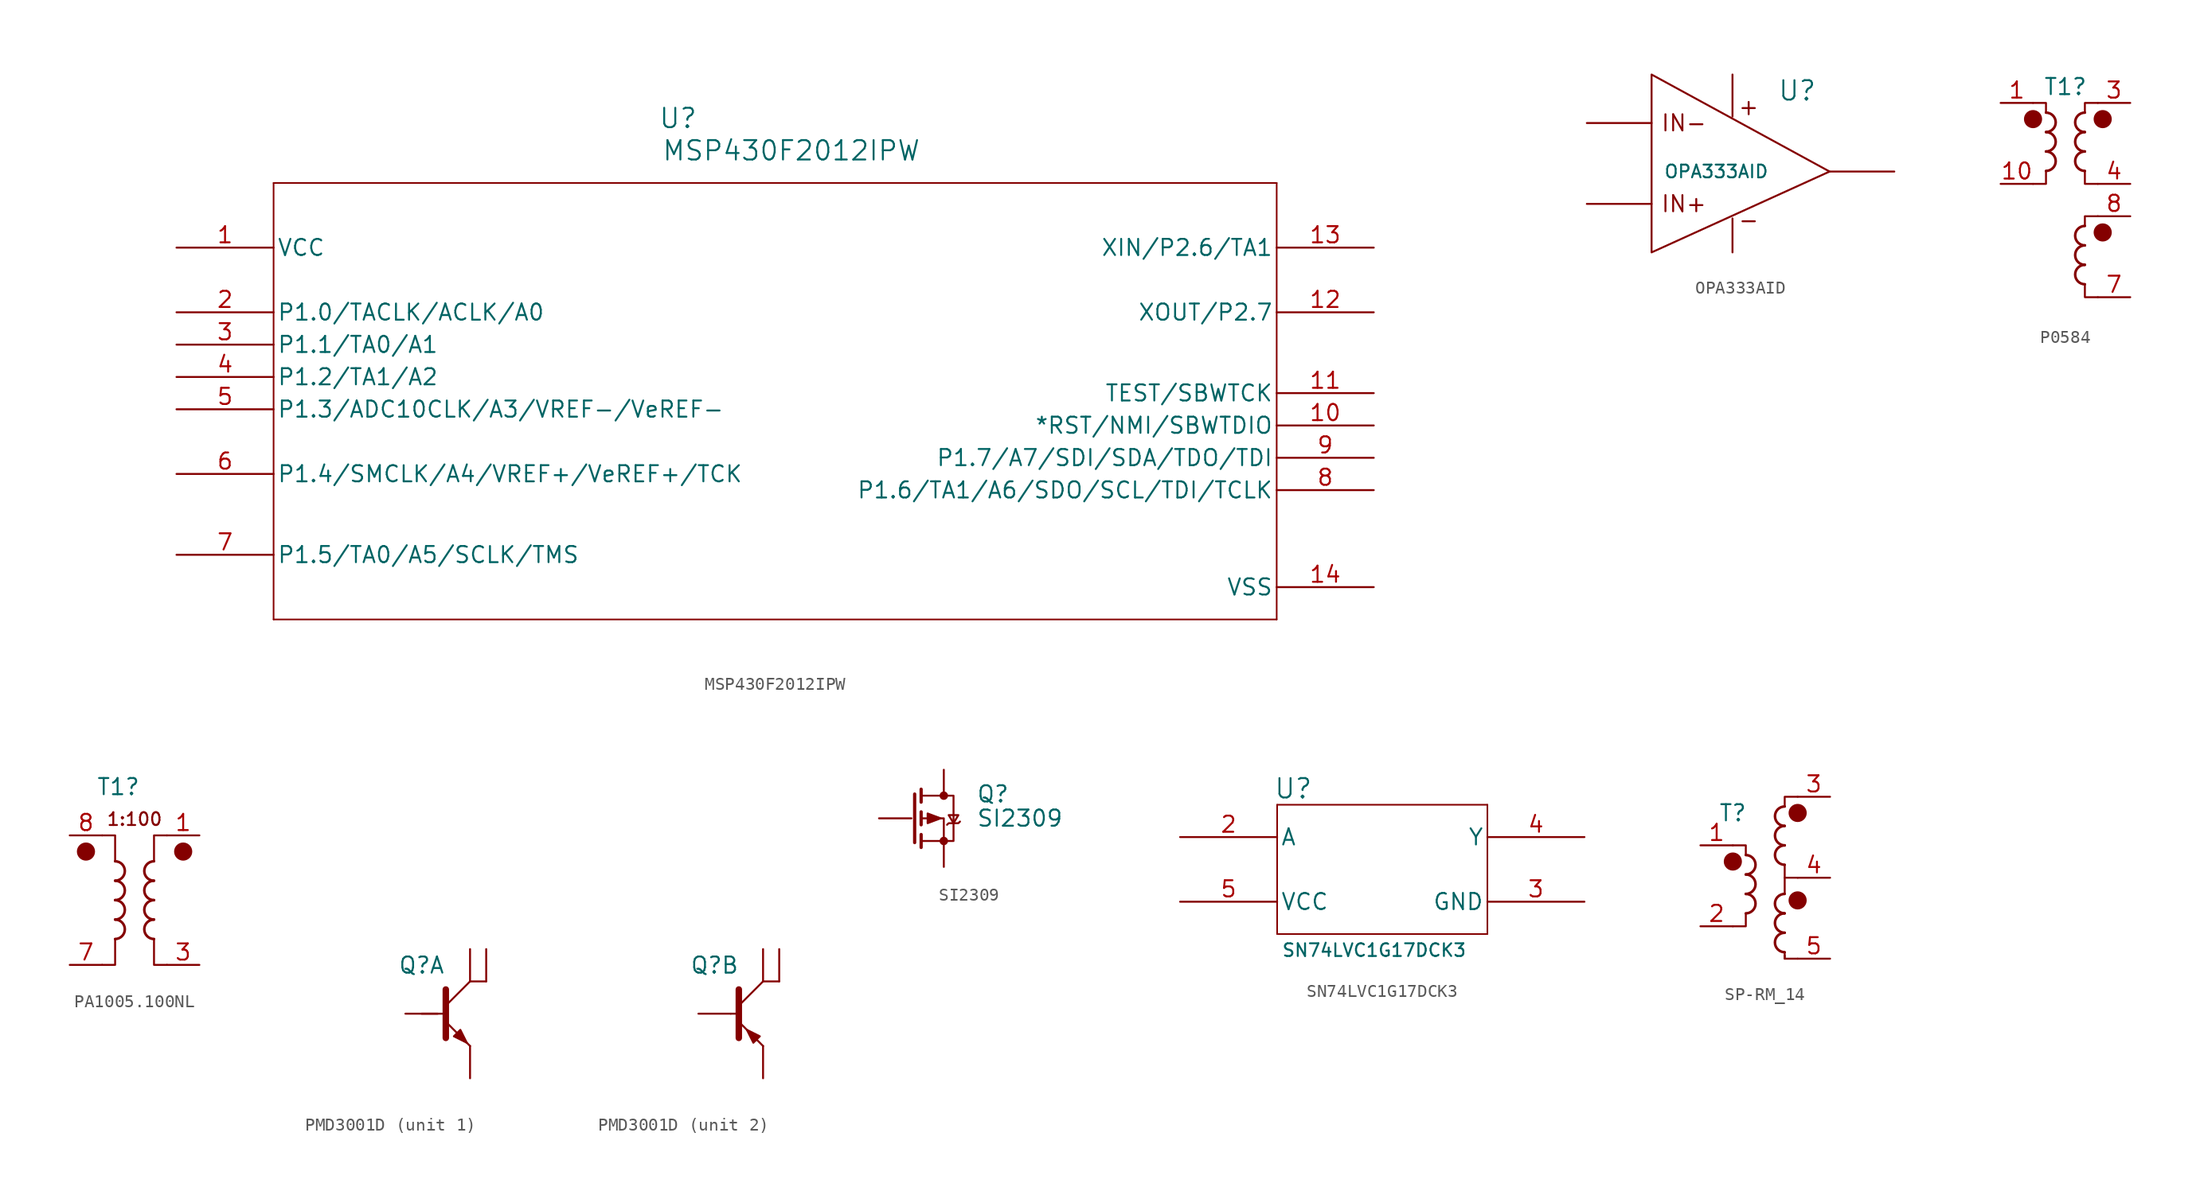
<source format=kicad_sym>
(kicad_symbol_lib
  (version 20220914)
  (generator kicad_symbol_editor)
  (symbol "MSP430F2012IPW"
    (pin_names
      (offset 0.254))
    (property "Reference" "U"
      (at 39.37 10.16 0)
      (effects (font (size 1.524 1.524))))
    (property "Value" "MSP430F2012IPW"
      (at 48.26 7.62 0)
      (effects (font (size 1.524 1.524))))
    (property "ki_locked" ""
      (at 0 0 0)
      (effects (font (size 1.27 1.27))))
    (symbol "MSP430F2012IPW_0_1"
      (polyline (pts (xy 7.62 -29.21) (xy 86.36 -29.21)) (stroke (width 0.127) (type default)) (fill (type none)))
      (polyline (pts (xy 7.62 5.08) (xy 7.62 -29.21)) (stroke (width 0.127) (type default)) (fill (type none)))
      (polyline (pts (xy 86.36 -29.21) (xy 86.36 5.08)) (stroke (width 0.127) (type default)) (fill (type none)))
      (polyline (pts (xy 86.36 5.08) (xy 7.62 5.08)) (stroke (width 0.127) (type default)) (fill (type none)))
      (pin power_in line (at 0 0 0) (length 7.62) (name "VCC" (effects (font (size 1.27 1.27)))) (number "1" (effects (font (size 1.27 1.27)))))
      (pin bidirectional line (at 93.98 -13.97 180) (length 7.62) (name "*RST/NMI/SBWTDIO" (effects (font (size 1.27 1.27)))) (number "10" (effects (font (size 1.27 1.27)))))
      (pin bidirectional line (at 93.98 -11.43 180) (length 7.62) (name "TEST/SBWTCK" (effects (font (size 1.27 1.27)))) (number "11" (effects (font (size 1.27 1.27)))))
      (pin bidirectional line (at 93.98 -5.08 180) (length 7.62) (name "XOUT/P2.7" (effects (font (size 1.27 1.27)))) (number "12" (effects (font (size 1.27 1.27)))))
      (pin bidirectional line (at 93.98 0 180) (length 7.62) (name "XIN/P2.6/TA1" (effects (font (size 1.27 1.27)))) (number "13" (effects (font (size 1.27 1.27)))))
      (pin power_in line (at 93.98 -26.67 180) (length 7.62) (name "VSS" (effects (font (size 1.27 1.27)))) (number "14" (effects (font (size 1.27 1.27)))))
      (pin bidirectional line (at 0 -5.08 0) (length 7.62) (name "P1.0/TACLK/ACLK/A0" (effects (font (size 1.27 1.27)))) (number "2" (effects (font (size 1.27 1.27)))))
      (pin bidirectional line (at 0 -7.62 0) (length 7.62) (name "P1.1/TA0/A1" (effects (font (size 1.27 1.27)))) (number "3" (effects (font (size 1.27 1.27)))))
      (pin bidirectional line (at 0 -10.16 0) (length 7.62) (name "P1.2/TA1/A2" (effects (font (size 1.27 1.27)))) (number "4" (effects (font (size 1.27 1.27)))))
      (pin bidirectional line (at 0 -12.7 0) (length 7.62) (name "P1.3/ADC10CLK/A3/VREF-/VeREF-" (effects (font (size 1.27 1.27)))) (number "5" (effects (font (size 1.27 1.27)))))
      (pin bidirectional line (at 0 -17.78 0) (length 7.62) (name "P1.4/SMCLK/A4/VREF+/VeREF+/TCK" (effects (font (size 1.27 1.27)))) (number "6" (effects (font (size 1.27 1.27)))))
      (pin bidirectional line (at 0 -24.13 0) (length 7.62) (name "P1.5/TA0/A5/SCLK/TMS" (effects (font (size 1.27 1.27)))) (number "7" (effects (font (size 1.27 1.27)))))
      (pin bidirectional line (at 93.98 -19.05 180) (length 7.62) (name "P1.6/TA1/A6/SDO/SCL/TDI/TCLK" (effects (font (size 1.27 1.27)))) (number "8" (effects (font (size 1.27 1.27)))))
      (pin bidirectional line (at 93.98 -16.51 180) (length 7.62) (name "P1.7/A7/SDI/SDA/TDO/TDI" (effects (font (size 1.27 1.27)))) (number "9" (effects (font (size 1.27 1.27)))))))
  (symbol "OPA333AID"
    (pin_names
      (offset 0.254))
    (property "Reference" "U"
      (at 16.51 -1.27 0)
      (effects (font (size 1.524 1.524))))
    (property "Value" "OPA333AID"
      (at 10.16 -7.62 0)
      (effects (font (size 1 1))))
    (symbol "OPA333AID_1_1"
      (polyline (pts (xy 0 -10.16) (xy 5.08 -10.16)) (stroke (width 0) (type default)) (fill (type none)))
      (polyline (pts (xy 5.08 -3.81) (xy 0 -3.81)) (stroke (width 0) (type default)) (fill (type none)))
      (polyline (pts (xy 11.43 0) (xy 11.43 -3.302)) (stroke (width 0) (type default)) (fill (type none)))
      (polyline (pts (xy 24.13 -7.62) (xy 19.05 -7.62)) (stroke (width 0) (type default)) (fill (type none)))
      (polyline (pts (xy 11.43 -11.303) (xy 11.43 -13.97) (xy 11.43 -13.97)) (stroke (width 0) (type default)) (fill (type none)))
      (polyline (pts (xy 5.08 -13.97) (xy 19.05 -7.62) (xy 5.08 0) (xy 5.08 -13.97)) (stroke (width 0) (type default)) (fill (type none)))
      (text "+\n" (at 12.7 -2.54 0) (effects (font (size 1.27 1.27))))
      (text "-\n" (at 12.7 -11.43 0) (effects (font (size 1.27 1.27))))
      (text "IN+\n" (at 7.62 -10.16 0) (effects (font (size 1.27 1.27))))
      (text "IN-" (at 7.62 -3.81 0) (effects (font (size 1.27 1.27))))
      (pin input line (at 0 -3.81 0) (length 5.08) hide (name "IN-" (effects (font (size 1.27 1.27)))) (number "2" (effects (font (size 1.27 1.27)))))
      (pin input line (at 0 -10.16 0) (length 5.08) hide (name "IN+" (effects (font (size 1.27 1.27)))) (number "3" (effects (font (size 1.27 1.27)))))
      (pin power_in line (at 11.43 -13.97 90) (length 2.54) hide (name "V-" (effects (font (size 1.27 1.27)))) (number "4" (effects (font (size 1.27 1.27)))))
      (pin output line (at 24.13 -7.62 180) (length 5.08) hide (name "OUT" (effects (font (size 1.27 1.27)))) (number "6" (effects (font (size 1.27 1.27)))))
      (pin power_in line (at 11.43 0 270) (length 2.54) hide (name "V+" (effects (font (size 1.27 1.27)))) (number "7" (effects (font (size 1.27 1.27)))))))
  (symbol "P0584"
    (pin_names hide)
    (property "Reference" "T1"
      (at 0 5.08 0)
      (effects (font (size 1.27 1.27))))
    (symbol "P0584_0_1"
      (circle (center -2.54 2.54) (radius 0.635) (stroke (width 0) (type default)) (fill (type outline)))
      (arc (start -1.524 -1.524) (mid -0.7653 -0.762) (end -1.524 0) (stroke (width 0.2032) (type default)) (fill (type none)))
      (arc (start -1.524 0) (mid -0.7653 0.762) (end -1.524 1.524) (stroke (width 0.2032) (type default)) (fill (type none)))
      (arc (start -1.524 1.524) (mid -0.7653 2.286) (end -1.524 3.048) (stroke (width 0.2032) (type default)) (fill (type none)))
      (polyline (pts (xy -2.54 3.81) (xy -1.524 3.81) (xy -1.524 3.048)) (stroke (width 0.152) (type default)) (fill (type none)))
      (polyline (pts (xy -1.524 -1.524) (xy -1.524 -2.54) (xy -2.54 -2.54)) (stroke (width 0.152) (type default)) (fill (type none)))
      (polyline (pts (xy 1.524 -5.842) (xy 1.524 -5.08) (xy 2.54 -5.08)) (stroke (width 0.152) (type default)) (fill (type none)))
      (polyline (pts (xy 1.524 3.048) (xy 1.524 3.81) (xy 2.54 3.81)) (stroke (width 0.152) (type default)) (fill (type none)))
      (polyline (pts (xy 2.54 -11.43) (xy 1.524 -11.43) (xy 1.524 -10.414)) (stroke (width 0.152) (type default)) (fill (type none)))
      (polyline (pts (xy 2.54 -2.54) (xy 1.524 -2.54) (xy 1.524 -1.524)) (stroke (width 0.152) (type default)) (fill (type none)))
      (arc (start 1.524 -8.89) (mid 0.7653 -9.652) (end 1.524 -10.414) (stroke (width 0.2032) (type default)) (fill (type none)))
      (arc (start 1.524 -7.366) (mid 0.7653 -8.128) (end 1.524 -8.89) (stroke (width 0.2032) (type default)) (fill (type none)))
      (arc (start 1.524 -5.842) (mid 0.7653 -6.604) (end 1.524 -7.366) (stroke (width 0.2032) (type default)) (fill (type none)))
      (arc (start 1.524 0) (mid 0.7653 -0.762) (end 1.524 -1.524) (stroke (width 0.2032) (type default)) (fill (type none)))
      (arc (start 1.524 1.524) (mid 0.7653 0.762) (end 1.524 0) (stroke (width 0.2032) (type default)) (fill (type none)))
      (arc (start 1.524 3.048) (mid 0.7653 2.286) (end 1.524 1.524) (stroke (width 0.2032) (type default)) (fill (type none)))
      (circle (center 2.921 -6.35) (radius 0.635) (stroke (width 0) (type default)) (fill (type outline)))
      (circle (center 2.921 2.54) (radius 0.635) (stroke (width 0) (type default)) (fill (type outline))))
    (symbol "P0584_1_1"
      (pin passive line (at -5.08 3.81 0) (length 2.54) (name "~" (effects (font (size 1.27 1.27)))) (number "1" (effects (font (size 1.27 1.27)))))
      (pin passive line (at -5.08 -2.54 0) (length 2.54) (name "~" (effects (font (size 1.27 1.27)))) (number "10" (effects (font (size 1.27 1.27)))))
      (pin passive line (at 5.08 3.81 180) (length 2.54) (name "~" (effects (font (size 1.27 1.27)))) (number "3" (effects (font (size 1.27 1.27)))))
      (pin passive line (at 5.08 -2.54 180) (length 2.54) (name "~" (effects (font (size 1.27 1.27)))) (number "4" (effects (font (size 1.27 1.27)))))
      (pin passive line (at 5.08 -11.43 180) (length 2.54) (name "~" (effects (font (size 1.27 1.27)))) (number "7" (effects (font (size 1.27 1.27)))))
      (pin passive line (at 5.08 -5.08 180) (length 2.54) (name "~" (effects (font (size 1.27 1.27)))) (number "8" (effects (font (size 1.27 1.27)))))))
  (symbol "PA1005.100NL"
    (pin_names hide)
    (property "Reference" "T1"
      (at -1.27 8.89 0)
      (effects (font (size 1.27 1.27))))
    (symbol "PA1005.100NL_0_1"
      (circle (center -3.81 3.81) (radius 0.635) (stroke (width 0) (type default)) (fill (type outline)))
      (arc (start -1.524 -3.048) (mid -0.7653 -2.286) (end -1.524 -1.524) (stroke (width 0.2032) (type default)) (fill (type none)))
      (arc (start -1.524 -1.524) (mid -0.7653 -0.762) (end -1.524 0) (stroke (width 0.2032) (type default)) (fill (type none)))
      (arc (start -1.524 0) (mid -0.7653 0.762) (end -1.524 1.524) (stroke (width 0.2032) (type default)) (fill (type none)))
      (arc (start -1.524 1.524) (mid -0.7653 2.286) (end -1.524 3.048) (stroke (width 0.2032) (type default)) (fill (type none)))
      (polyline (pts (xy -2.54 5.08) (xy -1.524 5.08) (xy -1.524 3.048)) (stroke (width 0.152) (type default)) (fill (type none)))
      (polyline (pts (xy -1.524 -3.048) (xy -1.524 -5.08) (xy -2.54 -5.08)) (stroke (width 0.152) (type default)) (fill (type none)))
      (polyline (pts (xy 1.524 3.048) (xy 1.524 5.08) (xy 2.54 5.08)) (stroke (width 0.152) (type default)) (fill (type none)))
      (polyline (pts (xy 2.54 -5.08) (xy 1.524 -5.08) (xy 1.524 -3.048)) (stroke (width 0.152) (type default)) (fill (type none)))
      (arc (start 1.524 -1.524) (mid 0.7653 -2.286) (end 1.524 -3.048) (stroke (width 0.2032) (type default)) (fill (type none)))
      (arc (start 1.524 0) (mid 0.7653 -0.762) (end 1.524 -1.524) (stroke (width 0.2032) (type default)) (fill (type none)))
      (arc (start 1.524 1.524) (mid 0.7653 0.762) (end 1.524 0) (stroke (width 0.2032) (type default)) (fill (type none)))
      (arc (start 1.524 3.048) (mid 0.7653 2.286) (end 1.524 1.524) (stroke (width 0.2032) (type default)) (fill (type none)))
      (circle (center 3.81 3.81) (radius 0.635) (stroke (width 0) (type default)) (fill (type outline))))
    (symbol "PA1005.100NL_1_1"
      (text "1:100" (at 0 6.35 0) (effects (font (size 1 1))))
      (pin passive line (at 5.08 5.08 180) (length 2.54) (name "~" (effects (font (size 1.27 1.27)))) (number "1" (effects (font (size 1.27 1.27)))))
      (pin passive line (at 5.08 -5.08 180) (length 2.54) (name "~" (effects (font (size 1.27 1.27)))) (number "3" (effects (font (size 1.27 1.27)))))
      (pin passive line (at -5.08 -5.08 0) (length 2.54) (name "~" (effects (font (size 1.27 1.27)))) (number "7" (effects (font (size 1.27 1.27)))))
      (pin passive line (at -5.08 5.08 0) (length 2.54) (name "~" (effects (font (size 1.27 1.27)))) (number "8" (effects (font (size 1.27 1.27)))))))
  (symbol "PMD3001D"
    (pin_numbers hide)
    (pin_names hide)
    (property "Reference" "Q"
      (at -2.54 3.81 0)
      (effects (font (size 1.27 1.27))))
    (property "Value" ""
      (at -12.7 17.78 0)
      (effects (font (size 1.27 1.27))))
    (symbol "PMD3001D_0_1"
      (pin passive line (at -3.81 0 0) (length 2.54) (name "B" (effects (font (size 1.27 1.27)))) (number "1" (effects (font (size 1.27 1.27)))))
      (pin passive line (at 1.27 -5.08 90) (length 2.54) (name "N_E" (effects (font (size 1.27 1.27)))) (number "4" (effects (font (size 1.27 1.27))))))
    (symbol "PMD3001D_1_1"
      (polyline (pts (xy -0.635 0.635) (xy 1.27 2.54)) (stroke (width 0) (type default)) (fill (type none)))
      (polyline (pts (xy 1.27 2.54) (xy 2.54 2.54)) (stroke (width 0) (type default)) (fill (type none)))
      (polyline (pts (xy -0.635 -0.635) (xy 1.27 -2.54) (xy 1.27 -2.54)) (stroke (width 0) (type default)) (fill (type none)))
      (polyline (pts (xy -0.635 0) (xy -1.27 0) (xy -2.54 0)) (stroke (width 0) (type default)) (fill (type none)))
      (polyline (pts (xy -0.635 1.905) (xy -0.635 -1.905) (xy -0.635 -1.905)) (stroke (width 0.508) (type default)) (fill (type none)))
      (polyline (pts (xy 0 -1.778) (xy 0.508 -1.27) (xy 1.016 -2.286) (xy 0 -1.778) (xy 0 -1.778)) (stroke (width 0) (type default)) (fill (type outline)))
      (pin passive line (at 1.27 5.08 270) (length 2.54) (name "N_C" (effects (font (size 1.27 1.27)))) (number "5" (effects (font (size 1.27 1.27)))))
      (pin passive line (at 2.54 5.08 270) (length 2.54) (name "N_E" (effects (font (size 1.27 1.27)))) (number "6" (effects (font (size 1.27 1.27))))))
    (symbol "PMD3001D_2_1"
      (polyline (pts (xy -1.27 0) (xy -0.635 0)) (stroke (width 0) (type default)) (fill (type none)))
      (polyline (pts (xy 1.27 -2.54) (xy -0.635 -0.635)) (stroke (width 0) (type default)) (fill (type none)))
      (polyline (pts (xy 1.27 2.54) (xy -0.635 0.635)) (stroke (width 0) (type default)) (fill (type none)))
      (polyline (pts (xy 2.54 2.54) (xy 1.27 2.54)) (stroke (width 0) (type default)) (fill (type none)))
      (polyline (pts (xy -0.635 1.905) (xy -0.635 -1.905) (xy -0.635 -1.905)) (stroke (width 0.508) (type default)) (fill (type outline)))
      (polyline (pts (xy 0.508 -2.286) (xy 1.016 -1.778) (xy 0 -1.27) (xy 0.508 -2.286) (xy 0.508 -2.286)) (stroke (width 0) (type default)) (fill (type outline)))
      (pin passive line (at 1.27 5.08 270) (length 2.54) (name "P_C" (effects (font (size 1.27 1.27)))) (number "2" (effects (font (size 1.27 1.27)))))
      (pin passive line (at 2.54 5.08 270) (length 2.54) (name "P_C" (effects (font (size 1.27 1.27)))) (number "3" (effects (font (size 1.27 1.27)))))))
  (symbol "SI2309"
    (pin_names hide)
    (property "Reference" "Q"
      (at 5.08 1.905 0)
      (effects (font (size 1.27 1.27)) (justify left)))
    (property "Value" "SI2309"
      (at 5.08 0 0)
      (effects (font (size 1.27 1.27)) (justify left)))
    (symbol "SI2309_0_1"
      (polyline (pts (xy 0 0) (xy -2.54 0)) (stroke (width 0) (type default)) (fill (type none)))
      (polyline (pts (xy 0.254 1.905) (xy 0.254 -1.905)) (stroke (width 0.254) (type default)) (fill (type none)))
      (polyline (pts (xy 0.762 -1.27) (xy 0.762 -2.286)) (stroke (width 0.254) (type default)) (fill (type none)))
      (polyline (pts (xy 0.762 0.508) (xy 0.762 -0.508)) (stroke (width 0.254) (type default)) (fill (type none)))
      (polyline (pts (xy 0.762 2.286) (xy 0.762 1.27)) (stroke (width 0.254) (type default)) (fill (type none)))
      (polyline (pts (xy 2.54 3.81) (xy 2.54 1.905)) (stroke (width 0) (type default)) (fill (type none)))
      (polyline (pts (xy 2.54 -3.81) (xy 2.54 0) (xy 0.762 0)) (stroke (width 0) (type default)) (fill (type none)))
      (polyline (pts (xy 0.762 1.778) (xy 3.302 1.778) (xy 3.302 -1.778) (xy 0.762 -1.778)) (stroke (width 0) (type default)) (fill (type none)))
      (polyline (pts (xy 2.286 0) (xy 1.27 0.381) (xy 1.27 -0.381) (xy 2.286 0)) (stroke (width 0) (type default)) (fill (type outline)))
      (polyline (pts (xy 2.794 -0.508) (xy 2.921 -0.381) (xy 3.683 -0.381) (xy 3.81 -0.254)) (stroke (width 0) (type default)) (fill (type none)))
      (polyline (pts (xy 3.302 -0.381) (xy 2.921 0.254) (xy 3.683 0.254) (xy 3.302 -0.381)) (stroke (width 0) (type default)) (fill (type none)))
      (circle (center 2.54 -1.778) (radius 0.254) (stroke (width 0) (type default)) (fill (type outline)))
      (circle (center 2.54 1.778) (radius 0.254) (stroke (width 0) (type default)) (fill (type outline))))
    (symbol "SI2309_1_1"
      (pin input line (at -2.54 0 0) (length 2.54) hide (name "G" (effects (font (size 1.27 1.27)))) (number "1" (effects (font (size 1.27 1.27)))))
      (pin passive line (at 2.54 -3.81 90) (length 2.54) hide (name "S" (effects (font (size 1.27 1.27)))) (number "2" (effects (font (size 1.27 1.27)))))
      (pin passive line (at 2.54 3.81 270) (length 2.54) hide (name "D" (effects (font (size 1.27 1.27)))) (number "3" (effects (font (size 1.27 1.27)))))))
  (symbol "SN74LVC1G17DCK3"
    (pin_names
      (offset 0.254))
    (property "Reference" "U"
      (at 8.89 1.27 0)
      (effects (font (size 1.524 1.524))))
    (property "Value" "SN74LVC1G17DCK3"
      (at 15.24 -11.43 0)
      (effects (font (size 1 1))))
    (symbol "SN74LVC1G17DCK3_0_1"
      (polyline (pts (xy 7.62 -10.16) (xy 24.13 -10.16)) (stroke (width 0.127) (type default)) (fill (type none)))
      (polyline (pts (xy 7.62 0) (xy 7.62 -10.16)) (stroke (width 0.127) (type default)) (fill (type none)))
      (polyline (pts (xy 24.13 -10.16) (xy 24.13 0)) (stroke (width 0.127) (type default)) (fill (type none)))
      (polyline (pts (xy 24.13 0) (xy 7.62 0)) (stroke (width 0.127) (type default)) (fill (type none)))
      (pin input line (at 0 -2.54 0) (length 7.62) (name "A" (effects (font (size 1.27 1.27)))) (number "2" (effects (font (size 1.27 1.27)))))
      (pin power_in line (at 31.75 -7.62 180) (length 7.62) (name "GND" (effects (font (size 1.27 1.27)))) (number "3" (effects (font (size 1.27 1.27)))))
      (pin output line (at 31.75 -2.54 180) (length 7.62) (name "Y" (effects (font (size 1.27 1.27)))) (number "4" (effects (font (size 1.27 1.27)))))
      (pin power_in line (at 0 -7.62 0) (length 7.62) (name "VCC" (effects (font (size 1.27 1.27)))) (number "5" (effects (font (size 1.27 1.27)))))))
  (symbol "SP-RM_14"
    (property "Reference" "T"
      (at -1.27 2.54 0)
      (effects (font (size 1.27 1.27))))
    (property "Value" ""
      (at 0 0 0)
      (effects (font (size 1.27 1.27))))
    (symbol "SP-RM_14_0_1"
      (circle (center -1.27 -1.27) (radius 0.635) (stroke (width 0) (type default)) (fill (type outline)))
      (arc (start -0.254 -5.334) (mid 0.5047 -4.572) (end -0.254 -3.81) (stroke (width 0.2032) (type default)) (fill (type none)))
      (arc (start -0.254 -3.81) (mid 0.5047 -3.048) (end -0.254 -2.286) (stroke (width 0.2032) (type default)) (fill (type none)))
      (arc (start -0.254 -2.286) (mid 0.5047 -1.524) (end -0.254 -0.762) (stroke (width 0.2032) (type default)) (fill (type none)))
      (polyline (pts (xy 2.794 -8.89) (xy 2.794 -8.382)) (stroke (width 0) (type default)) (fill (type none)))
      (polyline (pts (xy -1.27 0) (xy -0.254 0) (xy -0.254 -0.762)) (stroke (width 0.152) (type default)) (fill (type none)))
      (polyline (pts (xy -0.254 -5.334) (xy -0.254 -6.35) (xy -1.27 -6.35)) (stroke (width 0.152) (type default)) (fill (type none)))
      (polyline (pts (xy 2.794 -3.81) (xy 2.794 -2.54) (xy 2.794 -2.794)) (stroke (width 0) (type default)) (fill (type none)))
      (polyline (pts (xy 2.794 -1.524) (xy 2.794 -2.54) (xy 3.81 -2.54)) (stroke (width 0.152) (type default)) (fill (type none)))
      (polyline (pts (xy 3.81 -8.89) (xy 2.794 -8.89) (xy 2.794 -8.636)) (stroke (width 0) (type default)) (fill (type none)))
      (polyline (pts (xy 3.81 3.81) (xy 2.794 3.81) (xy 2.794 3.048)) (stroke (width 0.152) (type default)) (fill (type none)))
      (arc (start 2.7907 -6.858) (mid 2.032 -7.62) (end 2.7907 -8.382) (stroke (width 0.2032) (type default)) (fill (type none)))
      (arc (start 2.7907 -5.334) (mid 2.032 -6.096) (end 2.7907 -6.858) (stroke (width 0.2032) (type default)) (fill (type none)))
      (arc (start 2.7907 -3.81) (mid 2.032 -4.572) (end 2.7907 -5.334) (stroke (width 0.2032) (type default)) (fill (type none)))
      (arc (start 2.794 0) (mid 2.0353 -0.762) (end 2.794 -1.524) (stroke (width 0.2032) (type default)) (fill (type none)))
      (arc (start 2.794 1.524) (mid 2.0353 0.762) (end 2.794 0) (stroke (width 0.2032) (type default)) (fill (type none)))
      (arc (start 2.794 3.048) (mid 2.0353 2.286) (end 2.794 1.524) (stroke (width 0.2032) (type default)) (fill (type none)))
      (circle (center 3.807 -4.318) (radius 0.635) (stroke (width 0) (type default)) (fill (type outline)))
      (circle (center 3.81 2.54) (radius 0.635) (stroke (width 0) (type default)) (fill (type outline))))
    (symbol "SP-RM_14_1_1"
      (pin passive line (at -3.81 0 0) (length 2.54) (name "~" (effects (font (size 1.27 1.27)))) (number "1" (effects (font (size 1.27 1.27)))))
      (pin passive line (at -3.81 -6.35 0) (length 2.54) (name "~" (effects (font (size 1.27 1.27)))) (number "2" (effects (font (size 1.27 1.27)))))
      (pin passive line (at 6.35 3.81 180) (length 2.54) (name "~" (effects (font (size 1.27 1.27)))) (number "3" (effects (font (size 1.27 1.27)))))
      (pin passive line (at 6.35 -2.54 180) (length 2.54) (name "~" (effects (font (size 1.27 1.27)))) (number "4" (effects (font (size 1.27 1.27)))))
      (pin passive line (at 6.35 -8.89 180) (length 2.54) (name "~" (effects (font (size 1.27 1.27)))) (number "5" (effects (font (size 1.27 1.27))))))))
</source>
